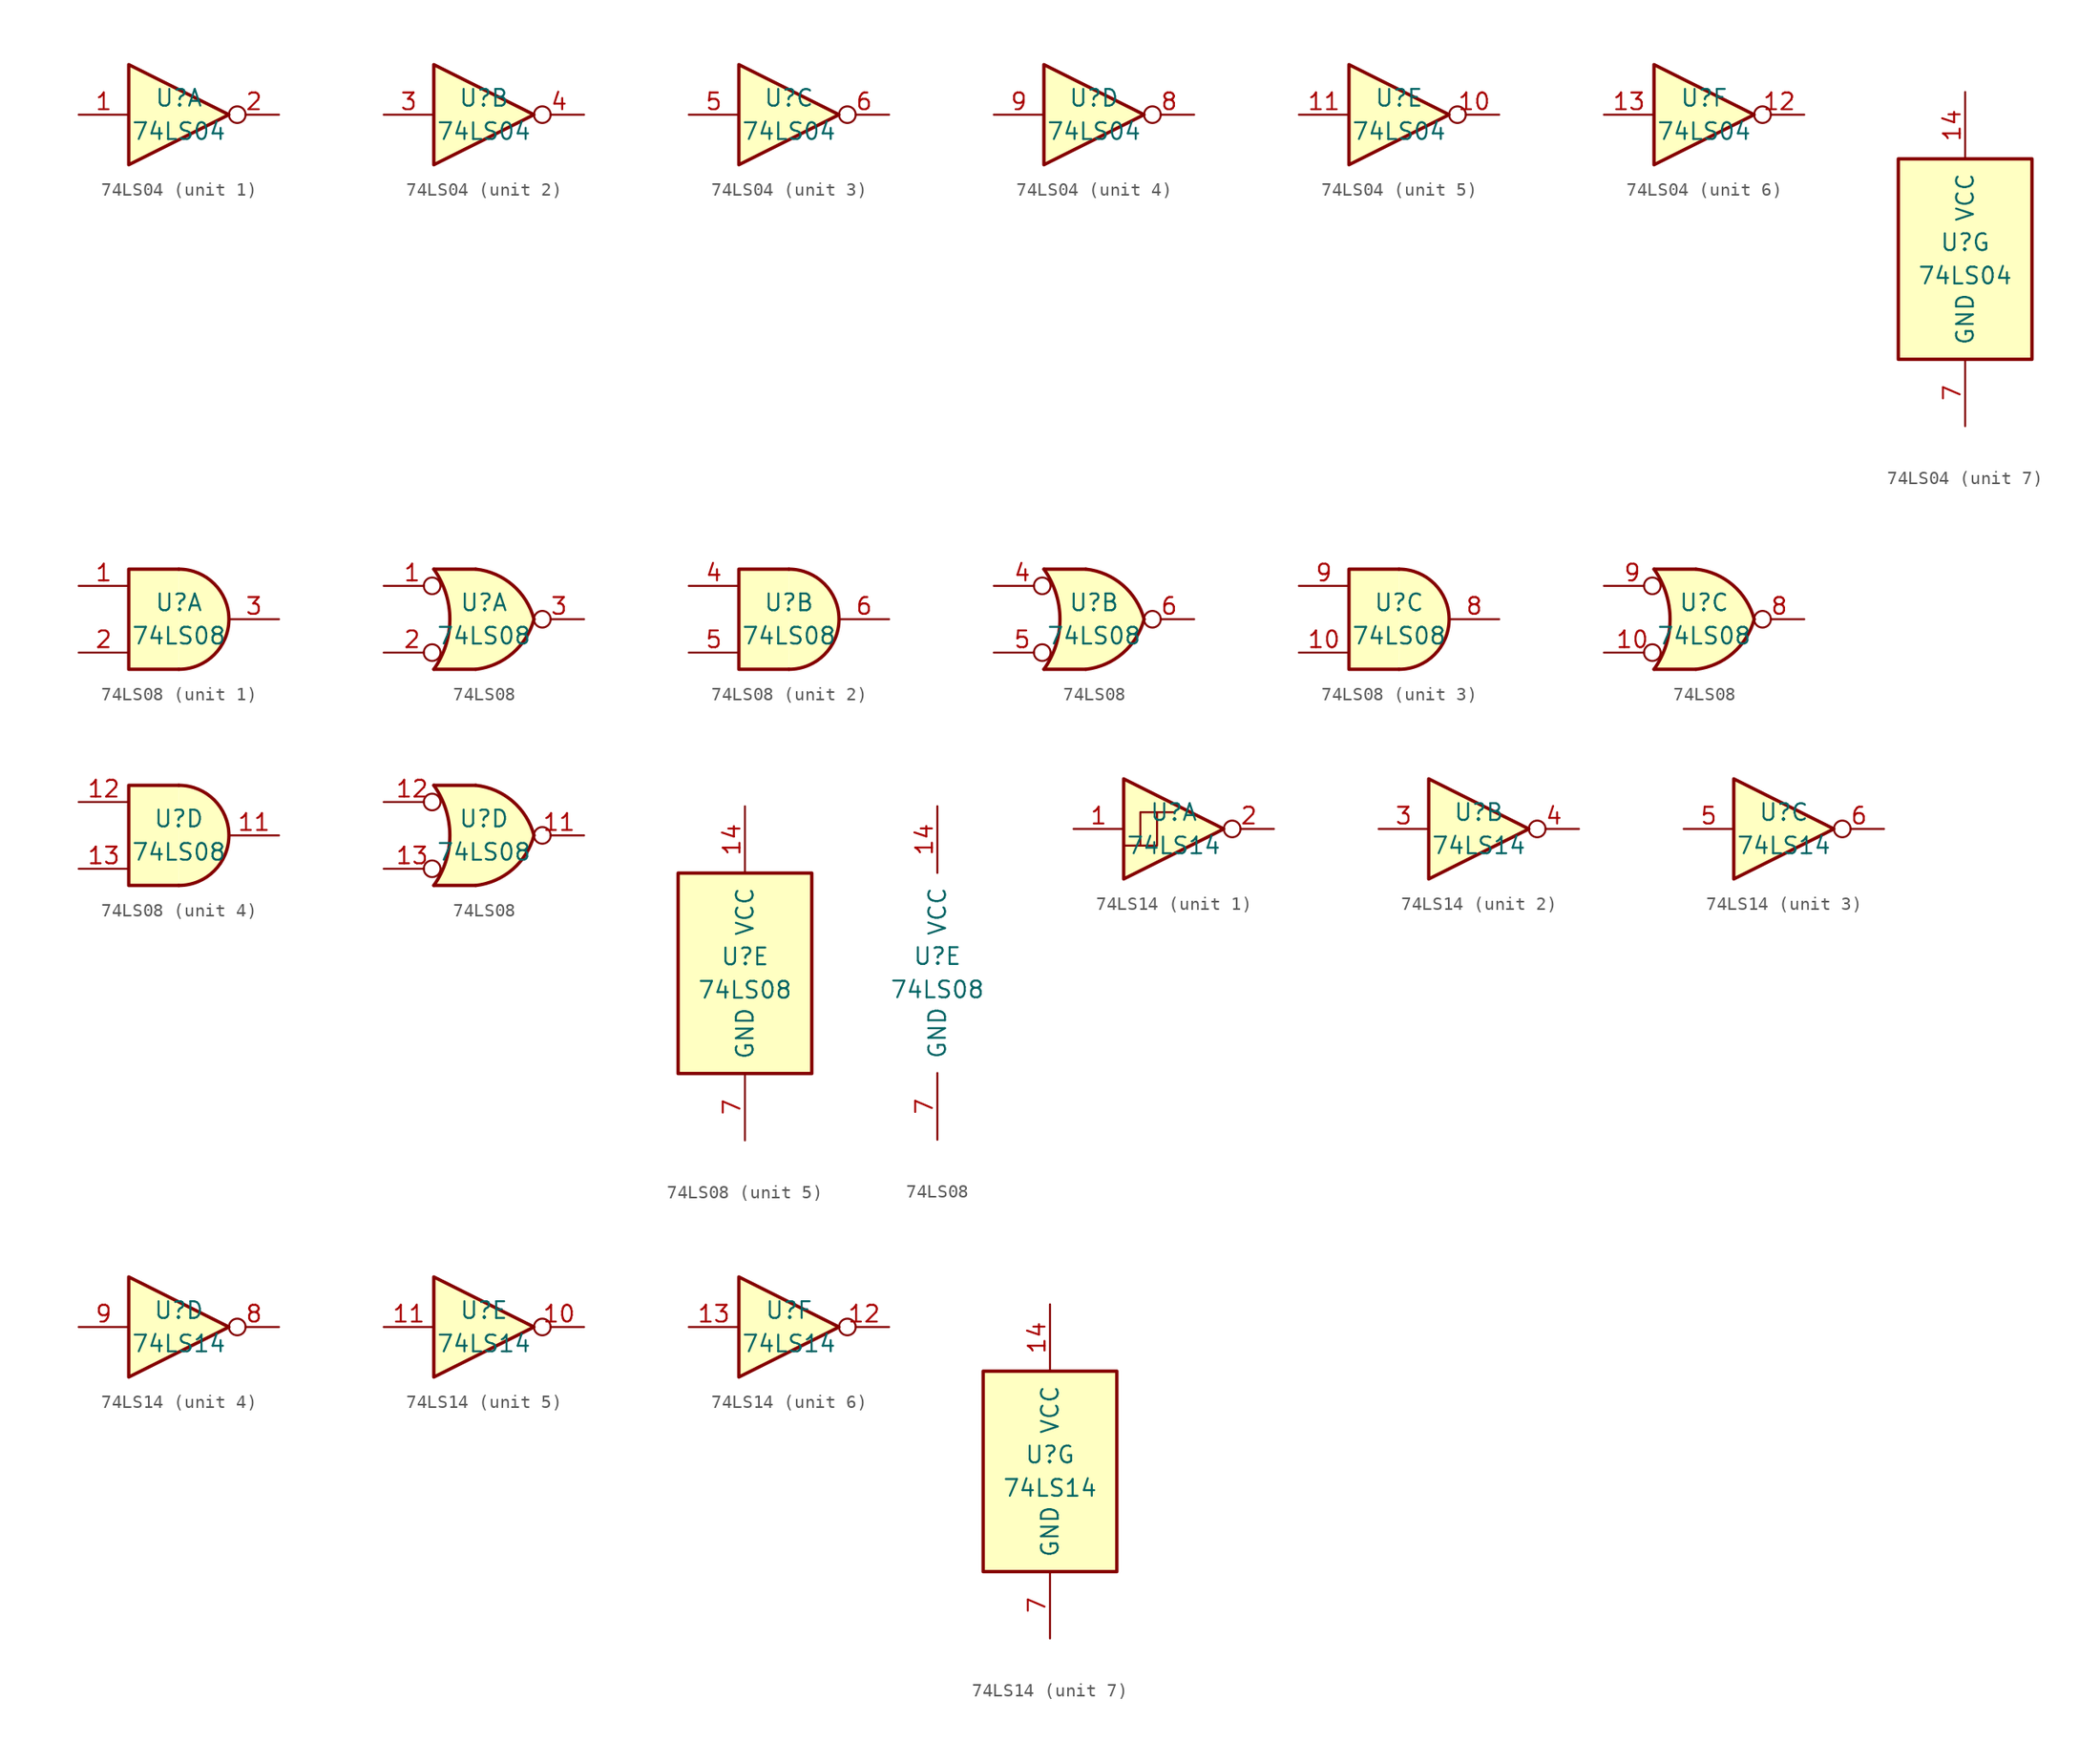
<source format=kicad_sym>
(kicad_symbol_lib
  (version 20231120)
  (generator "kicad_symbol_editor")
  (generator_version "8.0")
  (symbol "74LS04"
    (pin_names
      (offset 1.016))
    (property "Reference" "U"
      (at 0 1.27 0)
      (effects (font (size 1.27 1.27))))
    (property "Value" "74LS04"
      (at 0 -1.27 0)
      (effects (font (size 1.27 1.27))))
    (property "ki_locked" ""
      (at 0 0 0)
      (effects (font (size 1.27 1.27))))
    (symbol "74LS04_1_0"
      (polyline (pts (xy -3.81 3.81) (xy -3.81 -3.81) (xy 3.81 0) (xy -3.81 3.81)) (stroke (width 0.254) (type default)) (fill (type background)))
      (pin input line (at -7.62 0 0) (length 3.81) (name "~" (effects (font (size 1.27 1.27)))) (number "1" (effects (font (size 1.27 1.27)))))
      (pin output inverted (at 7.62 0 180) (length 3.81) (name "~" (effects (font (size 1.27 1.27)))) (number "2" (effects (font (size 1.27 1.27))))))
    (symbol "74LS04_2_0"
      (polyline (pts (xy -3.81 3.81) (xy -3.81 -3.81) (xy 3.81 0) (xy -3.81 3.81)) (stroke (width 0.254) (type default)) (fill (type background)))
      (pin input line (at -7.62 0 0) (length 3.81) (name "~" (effects (font (size 1.27 1.27)))) (number "3" (effects (font (size 1.27 1.27)))))
      (pin output inverted (at 7.62 0 180) (length 3.81) (name "~" (effects (font (size 1.27 1.27)))) (number "4" (effects (font (size 1.27 1.27))))))
    (symbol "74LS04_3_0"
      (polyline (pts (xy -3.81 3.81) (xy -3.81 -3.81) (xy 3.81 0) (xy -3.81 3.81)) (stroke (width 0.254) (type default)) (fill (type background)))
      (pin input line (at -7.62 0 0) (length 3.81) (name "~" (effects (font (size 1.27 1.27)))) (number "5" (effects (font (size 1.27 1.27)))))
      (pin output inverted (at 7.62 0 180) (length 3.81) (name "~" (effects (font (size 1.27 1.27)))) (number "6" (effects (font (size 1.27 1.27))))))
    (symbol "74LS04_4_0"
      (polyline (pts (xy -3.81 3.81) (xy -3.81 -3.81) (xy 3.81 0) (xy -3.81 3.81)) (stroke (width 0.254) (type default)) (fill (type background)))
      (pin output inverted (at 7.62 0 180) (length 3.81) (name "~" (effects (font (size 1.27 1.27)))) (number "8" (effects (font (size 1.27 1.27)))))
      (pin input line (at -7.62 0 0) (length 3.81) (name "~" (effects (font (size 1.27 1.27)))) (number "9" (effects (font (size 1.27 1.27))))))
    (symbol "74LS04_5_0"
      (polyline (pts (xy -3.81 3.81) (xy -3.81 -3.81) (xy 3.81 0) (xy -3.81 3.81)) (stroke (width 0.254) (type default)) (fill (type background)))
      (pin output inverted (at 7.62 0 180) (length 3.81) (name "~" (effects (font (size 1.27 1.27)))) (number "10" (effects (font (size 1.27 1.27)))))
      (pin input line (at -7.62 0 0) (length 3.81) (name "~" (effects (font (size 1.27 1.27)))) (number "11" (effects (font (size 1.27 1.27))))))
    (symbol "74LS04_6_0"
      (polyline (pts (xy -3.81 3.81) (xy -3.81 -3.81) (xy 3.81 0) (xy -3.81 3.81)) (stroke (width 0.254) (type default)) (fill (type background)))
      (pin output inverted (at 7.62 0 180) (length 3.81) (name "~" (effects (font (size 1.27 1.27)))) (number "12" (effects (font (size 1.27 1.27)))))
      (pin input line (at -7.62 0 0) (length 3.81) (name "~" (effects (font (size 1.27 1.27)))) (number "13" (effects (font (size 1.27 1.27))))))
    (symbol "74LS04_7_0"
      (pin power_in line (at 0 12.7 270) (length 5.08) (name "VCC" (effects (font (size 1.27 1.27)))) (number "14" (effects (font (size 1.27 1.27)))))
      (pin power_in line (at 0 -12.7 90) (length 5.08) (name "GND" (effects (font (size 1.27 1.27)))) (number "7" (effects (font (size 1.27 1.27))))))
    (symbol "74LS04_7_1"
      (rectangle (start -5.08 7.62) (end 5.08 -7.62) (stroke (width 0.254) (type default)) (fill (type background)))))
  (symbol "74LS08"
    (pin_names
      (offset 1.016))
    (property "Reference" "U"
      (at 0 1.27 0)
      (effects (font (size 1.27 1.27))))
    (property "Value" "74LS08"
      (at 0 -1.27 0)
      (effects (font (size 1.27 1.27))))
    (property "ki_locked" ""
      (at 0 0 0)
      (effects (font (size 1.27 1.27))))
    (symbol "74LS08_1_1"
      (arc (start 0 -3.81) (mid 3.7934 0) (end 0 3.81) (stroke (width 0.254) (type default)) (fill (type background)))
      (polyline (pts (xy 0 3.81) (xy -3.81 3.81) (xy -3.81 -3.81) (xy 0 -3.81)) (stroke (width 0.254) (type default)) (fill (type background)))
      (pin input line (at -7.62 2.54 0) (length 3.81) (name "~" (effects (font (size 1.27 1.27)))) (number "1" (effects (font (size 1.27 1.27)))))
      (pin input line (at -7.62 -2.54 0) (length 3.81) (name "~" (effects (font (size 1.27 1.27)))) (number "2" (effects (font (size 1.27 1.27)))))
      (pin output line (at 7.62 0 180) (length 3.81) (name "~" (effects (font (size 1.27 1.27)))) (number "3" (effects (font (size 1.27 1.27))))))
    (symbol "74LS08_1_2"
      (arc (start -3.81 -3.81) (mid -2.589 0) (end -3.81 3.81) (stroke (width 0.254) (type default)) (fill (type none)))
      (arc (start -0.6096 -3.81) (mid 2.1855 -2.584) (end 3.81 0) (stroke (width 0.254) (type default)) (fill (type background)))
      (polyline (pts (xy -3.81 -3.81) (xy -0.635 -3.81)) (stroke (width 0.254) (type default)) (fill (type background)))
      (polyline (pts (xy -3.81 3.81) (xy -0.635 3.81)) (stroke (width 0.254) (type default)) (fill (type background)))
      (polyline (pts (xy -0.635 3.81) (xy -3.81 3.81) (xy -3.81 3.81) (xy -3.556 3.404) (xy -3.023 2.261) (xy -2.692 1.041) (xy -2.616 -0.254) (xy -2.769 -1.499) (xy -3.175 -2.718) (xy -3.81 -3.81) (xy -3.81 -3.81) (xy -0.635 -3.81)) (stroke (width -25.4) (type default)) (fill (type background)))
      (arc (start 3.81 0) (mid 2.1928 2.5925) (end -0.6096 3.81) (stroke (width 0.254) (type default)) (fill (type background)))
      (pin input inverted (at -7.62 2.54 0) (length 4.318) (name "~" (effects (font (size 1.27 1.27)))) (number "1" (effects (font (size 1.27 1.27)))))
      (pin input inverted (at -7.62 -2.54 0) (length 4.318) (name "~" (effects (font (size 1.27 1.27)))) (number "2" (effects (font (size 1.27 1.27)))))
      (pin output inverted (at 7.62 0 180) (length 3.81) (name "~" (effects (font (size 1.27 1.27)))) (number "3" (effects (font (size 1.27 1.27))))))
    (symbol "74LS08_2_1"
      (arc (start 0 -3.81) (mid 3.7934 0) (end 0 3.81) (stroke (width 0.254) (type default)) (fill (type background)))
      (polyline (pts (xy 0 3.81) (xy -3.81 3.81) (xy -3.81 -3.81) (xy 0 -3.81)) (stroke (width 0.254) (type default)) (fill (type background)))
      (pin input line (at -7.62 2.54 0) (length 3.81) (name "~" (effects (font (size 1.27 1.27)))) (number "4" (effects (font (size 1.27 1.27)))))
      (pin input line (at -7.62 -2.54 0) (length 3.81) (name "~" (effects (font (size 1.27 1.27)))) (number "5" (effects (font (size 1.27 1.27)))))
      (pin output line (at 7.62 0 180) (length 3.81) (name "~" (effects (font (size 1.27 1.27)))) (number "6" (effects (font (size 1.27 1.27))))))
    (symbol "74LS08_2_2"
      (arc (start -3.81 -3.81) (mid -2.589 0) (end -3.81 3.81) (stroke (width 0.254) (type default)) (fill (type none)))
      (arc (start -0.6096 -3.81) (mid 2.1855 -2.584) (end 3.81 0) (stroke (width 0.254) (type default)) (fill (type background)))
      (polyline (pts (xy -3.81 -3.81) (xy -0.635 -3.81)) (stroke (width 0.254) (type default)) (fill (type background)))
      (polyline (pts (xy -3.81 3.81) (xy -0.635 3.81)) (stroke (width 0.254) (type default)) (fill (type background)))
      (polyline (pts (xy -0.635 3.81) (xy -3.81 3.81) (xy -3.81 3.81) (xy -3.556 3.404) (xy -3.023 2.261) (xy -2.692 1.041) (xy -2.616 -0.254) (xy -2.769 -1.499) (xy -3.175 -2.718) (xy -3.81 -3.81) (xy -3.81 -3.81) (xy -0.635 -3.81)) (stroke (width -25.4) (type default)) (fill (type background)))
      (arc (start 3.81 0) (mid 2.1928 2.5925) (end -0.6096 3.81) (stroke (width 0.254) (type default)) (fill (type background)))
      (pin input inverted (at -7.62 2.54 0) (length 4.318) (name "~" (effects (font (size 1.27 1.27)))) (number "4" (effects (font (size 1.27 1.27)))))
      (pin input inverted (at -7.62 -2.54 0) (length 4.318) (name "~" (effects (font (size 1.27 1.27)))) (number "5" (effects (font (size 1.27 1.27)))))
      (pin output inverted (at 7.62 0 180) (length 3.81) (name "~" (effects (font (size 1.27 1.27)))) (number "6" (effects (font (size 1.27 1.27))))))
    (symbol "74LS08_3_1"
      (arc (start 0 -3.81) (mid 3.7934 0) (end 0 3.81) (stroke (width 0.254) (type default)) (fill (type background)))
      (polyline (pts (xy 0 3.81) (xy -3.81 3.81) (xy -3.81 -3.81) (xy 0 -3.81)) (stroke (width 0.254) (type default)) (fill (type background)))
      (pin input line (at -7.62 -2.54 0) (length 3.81) (name "~" (effects (font (size 1.27 1.27)))) (number "10" (effects (font (size 1.27 1.27)))))
      (pin output line (at 7.62 0 180) (length 3.81) (name "~" (effects (font (size 1.27 1.27)))) (number "8" (effects (font (size 1.27 1.27)))))
      (pin input line (at -7.62 2.54 0) (length 3.81) (name "~" (effects (font (size 1.27 1.27)))) (number "9" (effects (font (size 1.27 1.27))))))
    (symbol "74LS08_3_2"
      (arc (start -3.81 -3.81) (mid -2.589 0) (end -3.81 3.81) (stroke (width 0.254) (type default)) (fill (type none)))
      (arc (start -0.6096 -3.81) (mid 2.1855 -2.584) (end 3.81 0) (stroke (width 0.254) (type default)) (fill (type background)))
      (polyline (pts (xy -3.81 -3.81) (xy -0.635 -3.81)) (stroke (width 0.254) (type default)) (fill (type background)))
      (polyline (pts (xy -3.81 3.81) (xy -0.635 3.81)) (stroke (width 0.254) (type default)) (fill (type background)))
      (polyline (pts (xy -0.635 3.81) (xy -3.81 3.81) (xy -3.81 3.81) (xy -3.556 3.404) (xy -3.023 2.261) (xy -2.692 1.041) (xy -2.616 -0.254) (xy -2.769 -1.499) (xy -3.175 -2.718) (xy -3.81 -3.81) (xy -3.81 -3.81) (xy -0.635 -3.81)) (stroke (width -25.4) (type default)) (fill (type background)))
      (arc (start 3.81 0) (mid 2.1928 2.5925) (end -0.6096 3.81) (stroke (width 0.254) (type default)) (fill (type background)))
      (pin input inverted (at -7.62 -2.54 0) (length 4.318) (name "~" (effects (font (size 1.27 1.27)))) (number "10" (effects (font (size 1.27 1.27)))))
      (pin output inverted (at 7.62 0 180) (length 3.81) (name "~" (effects (font (size 1.27 1.27)))) (number "8" (effects (font (size 1.27 1.27)))))
      (pin input inverted (at -7.62 2.54 0) (length 4.318) (name "~" (effects (font (size 1.27 1.27)))) (number "9" (effects (font (size 1.27 1.27))))))
    (symbol "74LS08_4_1"
      (arc (start 0 -3.81) (mid 3.7934 0) (end 0 3.81) (stroke (width 0.254) (type default)) (fill (type background)))
      (polyline (pts (xy 0 3.81) (xy -3.81 3.81) (xy -3.81 -3.81) (xy 0 -3.81)) (stroke (width 0.254) (type default)) (fill (type background)))
      (pin output line (at 7.62 0 180) (length 3.81) (name "~" (effects (font (size 1.27 1.27)))) (number "11" (effects (font (size 1.27 1.27)))))
      (pin input line (at -7.62 2.54 0) (length 3.81) (name "~" (effects (font (size 1.27 1.27)))) (number "12" (effects (font (size 1.27 1.27)))))
      (pin input line (at -7.62 -2.54 0) (length 3.81) (name "~" (effects (font (size 1.27 1.27)))) (number "13" (effects (font (size 1.27 1.27))))))
    (symbol "74LS08_4_2"
      (arc (start -3.81 -3.81) (mid -2.589 0) (end -3.81 3.81) (stroke (width 0.254) (type default)) (fill (type none)))
      (arc (start -0.6096 -3.81) (mid 2.1855 -2.584) (end 3.81 0) (stroke (width 0.254) (type default)) (fill (type background)))
      (polyline (pts (xy -3.81 -3.81) (xy -0.635 -3.81)) (stroke (width 0.254) (type default)) (fill (type background)))
      (polyline (pts (xy -3.81 3.81) (xy -0.635 3.81)) (stroke (width 0.254) (type default)) (fill (type background)))
      (polyline (pts (xy -0.635 3.81) (xy -3.81 3.81) (xy -3.81 3.81) (xy -3.556 3.404) (xy -3.023 2.261) (xy -2.692 1.041) (xy -2.616 -0.254) (xy -2.769 -1.499) (xy -3.175 -2.718) (xy -3.81 -3.81) (xy -3.81 -3.81) (xy -0.635 -3.81)) (stroke (width -25.4) (type default)) (fill (type background)))
      (arc (start 3.81 0) (mid 2.1928 2.5925) (end -0.6096 3.81) (stroke (width 0.254) (type default)) (fill (type background)))
      (pin output inverted (at 7.62 0 180) (length 3.81) (name "~" (effects (font (size 1.27 1.27)))) (number "11" (effects (font (size 1.27 1.27)))))
      (pin input inverted (at -7.62 2.54 0) (length 4.318) (name "~" (effects (font (size 1.27 1.27)))) (number "12" (effects (font (size 1.27 1.27)))))
      (pin input inverted (at -7.62 -2.54 0) (length 4.318) (name "~" (effects (font (size 1.27 1.27)))) (number "13" (effects (font (size 1.27 1.27))))))
    (symbol "74LS08_5_0"
      (pin power_in line (at 0 12.7 270) (length 5.08) (name "VCC" (effects (font (size 1.27 1.27)))) (number "14" (effects (font (size 1.27 1.27)))))
      (pin power_in line (at 0 -12.7 90) (length 5.08) (name "GND" (effects (font (size 1.27 1.27)))) (number "7" (effects (font (size 1.27 1.27))))))
    (symbol "74LS08_5_1"
      (rectangle (start -5.08 7.62) (end 5.08 -7.62) (stroke (width 0.254) (type default)) (fill (type background)))))
  (symbol "74LS14"
    (pin_names
      (offset 1.016))
    (property "Reference" "U"
      (at 0 1.27 0)
      (effects (font (size 1.27 1.27))))
    (property "Value" "74LS14"
      (at 0 -1.27 0)
      (effects (font (size 1.27 1.27))))
    (property "ki_locked" ""
      (at 0 0 0)
      (effects (font (size 1.27 1.27))))
    (symbol "74LS14_1_0"
      (polyline (pts (xy -3.81 3.81) (xy -3.81 -3.81) (xy 3.81 0) (xy -3.81 3.81)) (stroke (width 0.254) (type default)) (fill (type background)))
      (pin input line (at -7.62 0 0) (length 3.81) (name "~" (effects (font (size 1.27 1.27)))) (number "1" (effects (font (size 1.27 1.27)))))
      (pin output inverted (at 7.62 0 180) (length 3.81) (name "~" (effects (font (size 1.27 1.27)))) (number "2" (effects (font (size 1.27 1.27))))))
    (symbol "74LS14_1_1"
      (polyline (pts (xy -2.54 -1.27) (xy -1.27 -1.27) (xy -1.27 1.27)) (stroke (width 0) (type default)) (fill (type none)))
      (polyline (pts (xy -3.81 -1.27) (xy -2.54 -1.27) (xy -2.54 1.27) (xy 0 1.27)) (stroke (width 0) (type default)) (fill (type none))))
    (symbol "74LS14_2_0"
      (polyline (pts (xy -3.81 3.81) (xy -3.81 -3.81) (xy 3.81 0) (xy -3.81 3.81)) (stroke (width 0.254) (type default)) (fill (type background)))
      (pin input line (at -7.62 0 0) (length 3.81) (name "~" (effects (font (size 1.27 1.27)))) (number "3" (effects (font (size 1.27 1.27)))))
      (pin output inverted (at 7.62 0 180) (length 3.81) (name "~" (effects (font (size 1.27 1.27)))) (number "4" (effects (font (size 1.27 1.27))))))
    (symbol "74LS14_3_0"
      (polyline (pts (xy -3.81 3.81) (xy -3.81 -3.81) (xy 3.81 0) (xy -3.81 3.81)) (stroke (width 0.254) (type default)) (fill (type background)))
      (pin input line (at -7.62 0 0) (length 3.81) (name "~" (effects (font (size 1.27 1.27)))) (number "5" (effects (font (size 1.27 1.27)))))
      (pin output inverted (at 7.62 0 180) (length 3.81) (name "~" (effects (font (size 1.27 1.27)))) (number "6" (effects (font (size 1.27 1.27))))))
    (symbol "74LS14_4_0"
      (polyline (pts (xy -3.81 3.81) (xy -3.81 -3.81) (xy 3.81 0) (xy -3.81 3.81)) (stroke (width 0.254) (type default)) (fill (type background)))
      (pin output inverted (at 7.62 0 180) (length 3.81) (name "~" (effects (font (size 1.27 1.27)))) (number "8" (effects (font (size 1.27 1.27)))))
      (pin input line (at -7.62 0 0) (length 3.81) (name "~" (effects (font (size 1.27 1.27)))) (number "9" (effects (font (size 1.27 1.27))))))
    (symbol "74LS14_5_0"
      (polyline (pts (xy -3.81 3.81) (xy -3.81 -3.81) (xy 3.81 0) (xy -3.81 3.81)) (stroke (width 0.254) (type default)) (fill (type background)))
      (pin output inverted (at 7.62 0 180) (length 3.81) (name "~" (effects (font (size 1.27 1.27)))) (number "10" (effects (font (size 1.27 1.27)))))
      (pin input line (at -7.62 0 0) (length 3.81) (name "~" (effects (font (size 1.27 1.27)))) (number "11" (effects (font (size 1.27 1.27))))))
    (symbol "74LS14_6_0"
      (polyline (pts (xy -3.81 3.81) (xy -3.81 -3.81) (xy 3.81 0) (xy -3.81 3.81)) (stroke (width 0.254) (type default)) (fill (type background)))
      (pin output inverted (at 7.62 0 180) (length 3.81) (name "~" (effects (font (size 1.27 1.27)))) (number "12" (effects (font (size 1.27 1.27)))))
      (pin input line (at -7.62 0 0) (length 3.81) (name "~" (effects (font (size 1.27 1.27)))) (number "13" (effects (font (size 1.27 1.27))))))
    (symbol "74LS14_7_0"
      (pin power_in line (at 0 12.7 270) (length 5.08) (name "VCC" (effects (font (size 1.27 1.27)))) (number "14" (effects (font (size 1.27 1.27)))))
      (pin power_in line (at 0 -12.7 90) (length 5.08) (name "GND" (effects (font (size 1.27 1.27)))) (number "7" (effects (font (size 1.27 1.27))))))
    (symbol "74LS14_7_1"
      (rectangle (start -5.08 7.62) (end 5.08 -7.62) (stroke (width 0.254) (type default)) (fill (type background))))))
</source>
